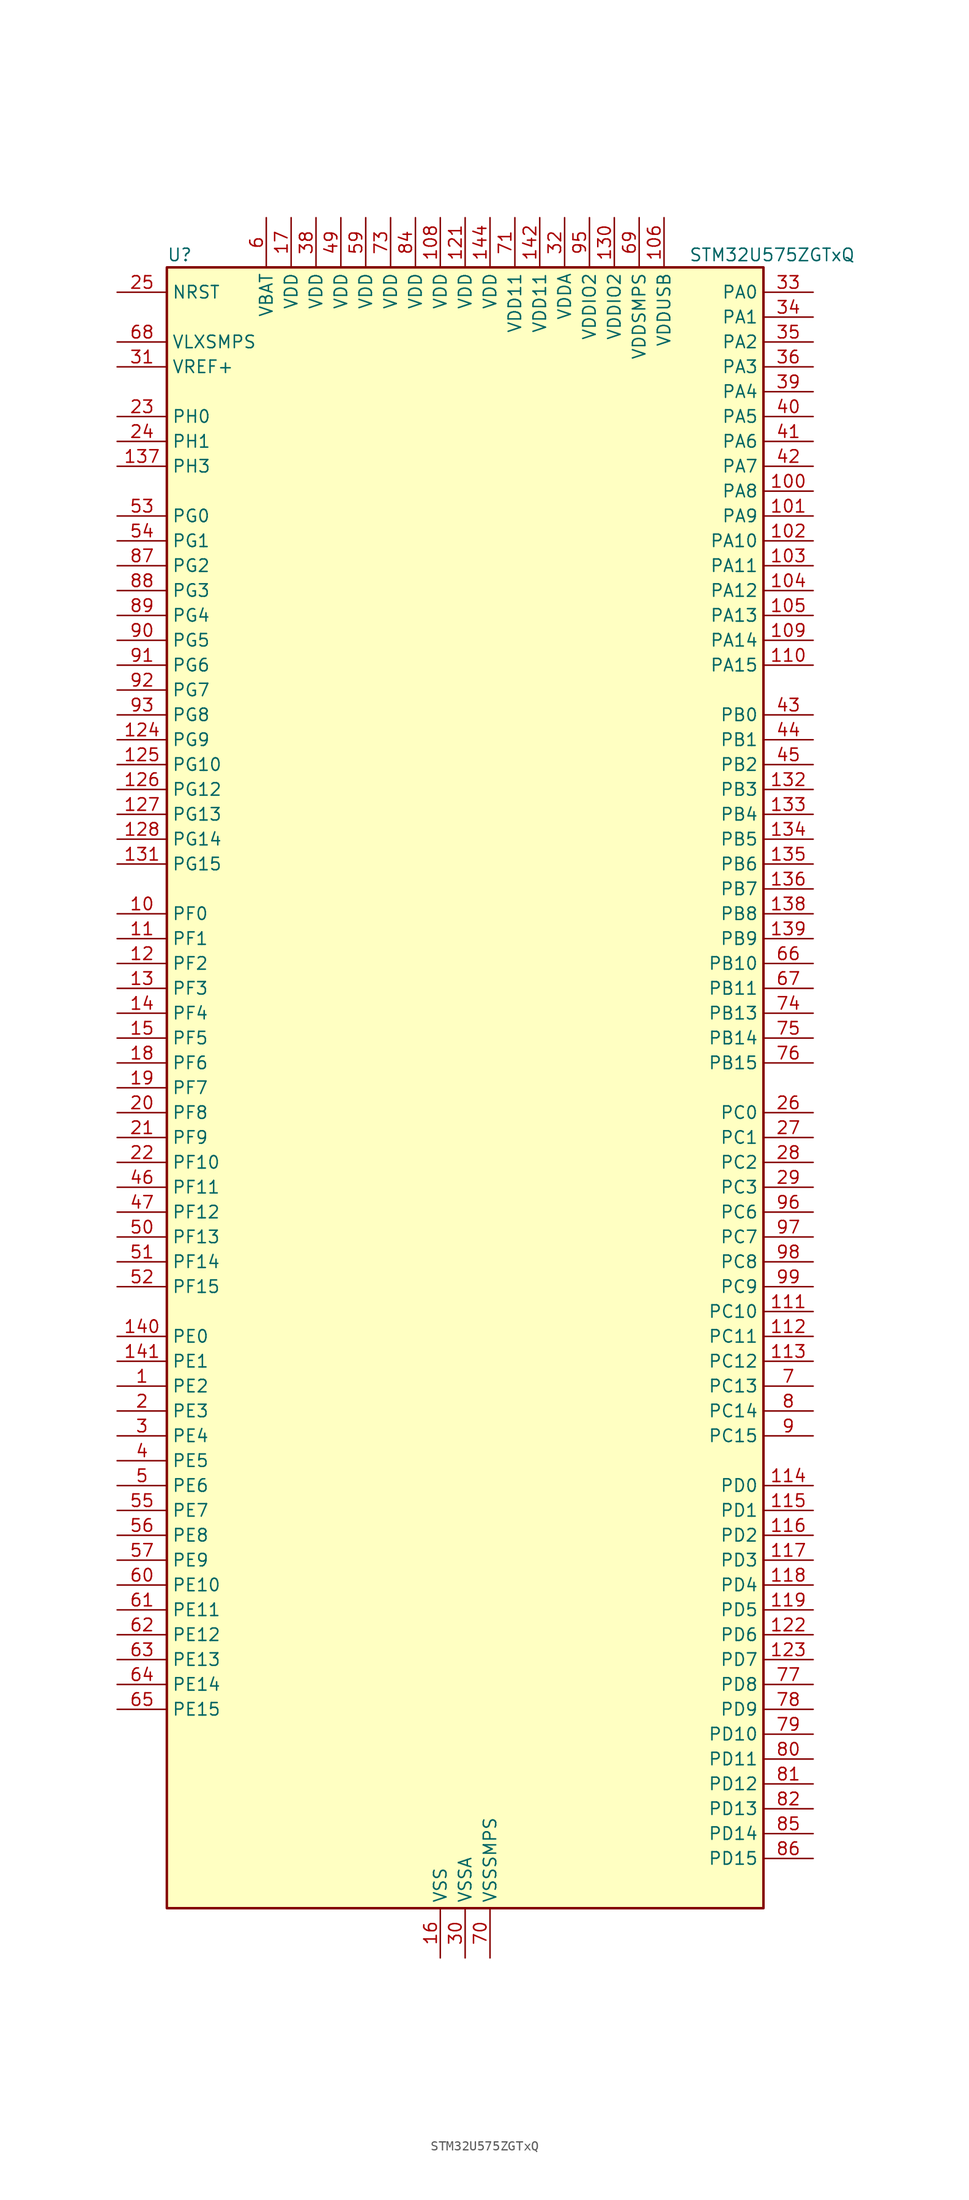
<source format=kicad_sym>
(kicad_symbol_lib
  (version 20211014)
  (generator kicad-library-utils)
  (symbol "STM32U575ZGTxQ"
    (property "Reference" "U"
      (at -30.48 85.09 0)
      (effects (font (size 1.27 1.27)) (justify left)))
    (property "Value" "STM32U575ZGTxQ"
      (at 22.86 85.09 0)
      (effects (font (size 1.27 1.27)) (justify left)))
    (property "ki_fp_filters" "LQFP*20x20mm*P0.5mm*"
      (at 0.0 0.0 0.0)
      (effects (font (size 1.27 1.27))))
    (symbol "STM32U575ZGTxQ_0_1"
      (rectangle (start -30.48 -83.82) (end 30.48 83.82) (stroke (width 0.254)) (fill (type background))))
    (symbol "STM32U575ZGTxQ_1_1"
      (pin input line (at -35.56 81.28 0) (length 5.08) (name "NRST" (effects (font (size 1.27 1.27)))) (number "25" (effects (font (size 1.27 1.27)))))
      (pin power_in line (at -35.56 76.2 0) (length 5.08) (name "VLXSMPS" (effects (font (size 1.27 1.27)))) (number "68" (effects (font (size 1.27 1.27)))))
      (pin input line (at -35.56 73.66 0) (length 5.08) (name "VREF+" (effects (font (size 1.27 1.27)))) (number "31" (effects (font (size 1.27 1.27)))) (alternate "VREFBUF_OUT" bidirectional line))
      (pin bidirectional line (at -35.56 68.58 0) (length 5.08) (name "PH0" (effects (font (size 1.27 1.27)))) (number "23" (effects (font (size 1.27 1.27)))) (alternate "RCC_OSC_IN" bidirectional line))
      (pin bidirectional line (at -35.56 66.04 0) (length 5.08) (name "PH1" (effects (font (size 1.27 1.27)))) (number "24" (effects (font (size 1.27 1.27)))) (alternate "RCC_OSC_OUT" bidirectional line))
      (pin bidirectional line (at -35.56 63.5 0) (length 5.08) (name "PH3" (effects (font (size 1.27 1.27)))) (number "137" (effects (font (size 1.27 1.27)))))
      (pin bidirectional line (at -35.56 58.42 0) (length 5.08) (name "PG0" (effects (font (size 1.27 1.27)))) (number "53" (effects (font (size 1.27 1.27)))) (alternate "ADC4_IN7" bidirectional line) (alternate "FMC_A10" bidirectional line) (alternate "OCTOSPIM_P2_IO4" bidirectional line) (alternate "TSC_G8_IO3" bidirectional line))
      (pin bidirectional line (at -35.56 55.88 0) (length 5.08) (name "PG1" (effects (font (size 1.27 1.27)))) (number "54" (effects (font (size 1.27 1.27)))) (alternate "ADC4_IN8" bidirectional line) (alternate "FMC_A11" bidirectional line) (alternate "OCTOSPIM_P2_IO5" bidirectional line) (alternate "TSC_G8_IO4" bidirectional line))
      (pin bidirectional line (at -35.56 53.34 0) (length 5.08) (name "PG2" (effects (font (size 1.27 1.27)))) (number "87" (effects (font (size 1.27 1.27)))) (alternate "FMC_A12" bidirectional line) (alternate "SAI2_SCK_B" bidirectional line) (alternate "SPI1_SCK" bidirectional line))
      (pin bidirectional line (at -35.56 50.8 0) (length 5.08) (name "PG3" (effects (font (size 1.27 1.27)))) (number "88" (effects (font (size 1.27 1.27)))) (alternate "FMC_A13" bidirectional line) (alternate "SAI2_FS_B" bidirectional line) (alternate "SPI1_MISO" bidirectional line))
      (pin bidirectional line (at -35.56 48.26 0) (length 5.08) (name "PG4" (effects (font (size 1.27 1.27)))) (number "89" (effects (font (size 1.27 1.27)))) (alternate "FMC_A14" bidirectional line) (alternate "SAI2_MCLK_B" bidirectional line) (alternate "SPI1_MOSI" bidirectional line))
      (pin bidirectional line (at -35.56 45.72 0) (length 5.08) (name "PG5" (effects (font (size 1.27 1.27)))) (number "90" (effects (font (size 1.27 1.27)))) (alternate "FMC_A15" bidirectional line) (alternate "LPUART1_CTS" bidirectional line) (alternate "SAI2_SD_B" bidirectional line) (alternate "SPI1_NSS" bidirectional line))
      (pin bidirectional line (at -35.56 43.18 0) (length 5.08) (name "PG6" (effects (font (size 1.27 1.27)))) (number "91" (effects (font (size 1.27 1.27)))) (alternate "I2C3_SMBA" bidirectional line) (alternate "LPUART1_DE" bidirectional line) (alternate "LPUART1_RTS" bidirectional line) (alternate "OCTOSPIM_P1_DQS" bidirectional line) (alternate "SPI1_RDY" bidirectional line) (alternate "UCPD1_FRSTX1" bidirectional line))
      (pin bidirectional line (at -35.56 40.64 0) (length 5.08) (name "PG7" (effects (font (size 1.27 1.27)))) (number "92" (effects (font (size 1.27 1.27)))) (alternate "FMC_INT" bidirectional line) (alternate "I2C3_SCL" bidirectional line) (alternate "LPUART1_TX" bidirectional line) (alternate "MDF1_CCK0" bidirectional line) (alternate "OCTOSPIM_P2_DQS" bidirectional line) (alternate "SAI1_CK1" bidirectional line) (alternate "SAI1_MCLK_A" bidirectional line) (alternate "UCPD1_FRSTX2" bidirectional line))
      (pin bidirectional line (at -35.56 38.1 0) (length 5.08) (name "PG8" (effects (font (size 1.27 1.27)))) (number "93" (effects (font (size 1.27 1.27)))) (alternate "I2C3_SDA" bidirectional line) (alternate "LPUART1_RX" bidirectional line))
      (pin bidirectional line (at -35.56 35.56 0) (length 5.08) (name "PG9" (effects (font (size 1.27 1.27)))) (number "124" (effects (font (size 1.27 1.27)))) (alternate "DAC1_EXTI9" bidirectional line) (alternate "FMC_NCE" bidirectional line) (alternate "FMC_NE2" bidirectional line) (alternate "OCTOSPIM_P2_IO6" bidirectional line) (alternate "SAI2_SCK_A" bidirectional line) (alternate "SPI3_SCK" bidirectional line) (alternate "TIM15_CH1N" bidirectional line) (alternate "USART1_TX" bidirectional line))
      (pin bidirectional line (at -35.56 33.02 0) (length 5.08) (name "PG10" (effects (font (size 1.27 1.27)))) (number "125" (effects (font (size 1.27 1.27)))) (alternate "FMC_NE3" bidirectional line) (alternate "LPTIM1_IN1" bidirectional line) (alternate "OCTOSPIM_P2_IO7" bidirectional line) (alternate "SAI2_FS_A" bidirectional line) (alternate "SPI3_MISO" bidirectional line) (alternate "TIM15_CH1" bidirectional line) (alternate "USART1_RX" bidirectional line))
      (pin bidirectional line (at -35.56 30.48 0) (length 5.08) (name "PG12" (effects (font (size 1.27 1.27)))) (number "126" (effects (font (size 1.27 1.27)))) (alternate "FMC_NE4" bidirectional line) (alternate "LPTIM1_ETR" bidirectional line) (alternate "OCTOSPIM_P2_NCS" bidirectional line) (alternate "SAI2_SD_A" bidirectional line) (alternate "SPI3_NSS" bidirectional line) (alternate "USART1_DE" bidirectional line) (alternate "USART1_RTS" bidirectional line))
      (pin bidirectional line (at -35.56 27.94 0) (length 5.08) (name "PG13" (effects (font (size 1.27 1.27)))) (number "127" (effects (font (size 1.27 1.27)))) (alternate "FMC_A24" bidirectional line) (alternate "I2C1_SDA" bidirectional line) (alternate "SPI3_RDY" bidirectional line) (alternate "USART1_CK" bidirectional line))
      (pin bidirectional line (at -35.56 25.4 0) (length 5.08) (name "PG14" (effects (font (size 1.27 1.27)))) (number "128" (effects (font (size 1.27 1.27)))) (alternate "FMC_A25" bidirectional line) (alternate "I2C1_SCL" bidirectional line) (alternate "LPTIM1_CH2" bidirectional line))
      (pin bidirectional line (at -35.56 22.86 0) (length 5.08) (name "PG15" (effects (font (size 1.27 1.27)))) (number "131" (effects (font (size 1.27 1.27)))) (alternate "ADC1_EXTI15" bidirectional line) (alternate "ADC4_EXTI15" bidirectional line) (alternate "DCMI_D13" bidirectional line) (alternate "I2C1_SMBA" bidirectional line) (alternate "LPTIM1_CH1" bidirectional line) (alternate "OCTOSPIM_P2_DQS" bidirectional line) (alternate "PSSI_D13" bidirectional line))
      (pin bidirectional line (at -35.56 17.78 0) (length 5.08) (name "PF0" (effects (font (size 1.27 1.27)))) (number "10" (effects (font (size 1.27 1.27)))) (alternate "FMC_A0" bidirectional line) (alternate "I2C2_SDA" bidirectional line) (alternate "OCTOSPIM_P2_IO0" bidirectional line))
      (pin bidirectional line (at -35.56 15.24 0) (length 5.08) (name "PF1" (effects (font (size 1.27 1.27)))) (number "11" (effects (font (size 1.27 1.27)))) (alternate "FMC_A1" bidirectional line) (alternate "I2C2_SCL" bidirectional line) (alternate "OCTOSPIM_P2_IO1" bidirectional line))
      (pin bidirectional line (at -35.56 12.7 0) (length 5.08) (name "PF2" (effects (font (size 1.27 1.27)))) (number "12" (effects (font (size 1.27 1.27)))) (alternate "FMC_A2" bidirectional line) (alternate "I2C2_SMBA" bidirectional line) (alternate "LPTIM3_CH2" bidirectional line) (alternate "OCTOSPIM_P2_IO2" bidirectional line) (alternate "PWR_WKUP8" bidirectional line))
      (pin bidirectional line (at -35.56 10.16 0) (length 5.08) (name "PF3" (effects (font (size 1.27 1.27)))) (number "13" (effects (font (size 1.27 1.27)))) (alternate "FMC_A3" bidirectional line) (alternate "LPTIM3_IN1" bidirectional line) (alternate "OCTOSPIM_P2_IO3" bidirectional line))
      (pin bidirectional line (at -35.56 7.62 0) (length 5.08) (name "PF4" (effects (font (size 1.27 1.27)))) (number "14" (effects (font (size 1.27 1.27)))) (alternate "FMC_A4" bidirectional line) (alternate "LPTIM3_ETR" bidirectional line) (alternate "OCTOSPIM_P2_CLK" bidirectional line))
      (pin bidirectional line (at -35.56 5.08 0) (length 5.08) (name "PF5" (effects (font (size 1.27 1.27)))) (number "15" (effects (font (size 1.27 1.27)))) (alternate "FMC_A5" bidirectional line) (alternate "LPTIM3_CH1" bidirectional line) (alternate "OCTOSPIM_P2_NCLK" bidirectional line))
      (pin bidirectional line (at -35.56 2.54 0) (length 5.08) (name "PF6" (effects (font (size 1.27 1.27)))) (number "18" (effects (font (size 1.27 1.27)))) (alternate "DCMI_D12" bidirectional line) (alternate "OCTOSPIM_P1_IO3" bidirectional line) (alternate "OCTOSPIM_P2_NCS" bidirectional line) (alternate "PSSI_D12" bidirectional line) (alternate "SAI1_SD_B" bidirectional line) (alternate "TIM5_CH1" bidirectional line) (alternate "TIM5_ETR" bidirectional line))
      (pin bidirectional line (at -35.56 0.0 0) (length 5.08) (name "PF7" (effects (font (size 1.27 1.27)))) (number "19" (effects (font (size 1.27 1.27)))) (alternate "FDCAN1_RX" bidirectional line) (alternate "OCTOSPIM_P1_IO2" bidirectional line) (alternate "SAI1_MCLK_B" bidirectional line) (alternate "TIM5_CH2" bidirectional line))
      (pin bidirectional line (at -35.56 -2.54 0) (length 5.08) (name "PF8" (effects (font (size 1.27 1.27)))) (number "20" (effects (font (size 1.27 1.27)))) (alternate "FDCAN1_TX" bidirectional line) (alternate "OCTOSPIM_P1_IO0" bidirectional line) (alternate "PSSI_D14" bidirectional line) (alternate "SAI1_SCK_B" bidirectional line) (alternate "TIM5_CH3" bidirectional line))
      (pin bidirectional line (at -35.56 -5.08 0) (length 5.08) (name "PF9" (effects (font (size 1.27 1.27)))) (number "21" (effects (font (size 1.27 1.27)))) (alternate "DAC1_EXTI9" bidirectional line) (alternate "OCTOSPIM_P1_IO1" bidirectional line) (alternate "PSSI_D15" bidirectional line) (alternate "SAI1_FS_B" bidirectional line) (alternate "TIM15_CH1" bidirectional line) (alternate "TIM5_CH4" bidirectional line))
      (pin bidirectional line (at -35.56 -7.62 0) (length 5.08) (name "PF10" (effects (font (size 1.27 1.27)))) (number "22" (effects (font (size 1.27 1.27)))) (alternate "DCMI_D11" bidirectional line) (alternate "MDF1_CCK1" bidirectional line) (alternate "OCTOSPIM_P1_CLK" bidirectional line) (alternate "PSSI_D11" bidirectional line) (alternate "PSSI_D15" bidirectional line) (alternate "SAI1_D3" bidirectional line) (alternate "TIM15_CH2" bidirectional line))
      (pin bidirectional line (at -35.56 -10.16 0) (length 5.08) (name "PF11" (effects (font (size 1.27 1.27)))) (number "46" (effects (font (size 1.27 1.27)))) (alternate "ADC1_EXTI11" bidirectional line) (alternate "DCMI_D12" bidirectional line) (alternate "LPTIM4_IN1" bidirectional line) (alternate "OCTOSPIM_P1_NCLK" bidirectional line) (alternate "PSSI_D12" bidirectional line))
      (pin bidirectional line (at -35.56 -12.7 0) (length 5.08) (name "PF12" (effects (font (size 1.27 1.27)))) (number "47" (effects (font (size 1.27 1.27)))) (alternate "FMC_A6" bidirectional line) (alternate "LPTIM4_ETR" bidirectional line) (alternate "OCTOSPIM_P2_DQS" bidirectional line))
      (pin bidirectional line (at -35.56 -15.24 0) (length 5.08) (name "PF13" (effects (font (size 1.27 1.27)))) (number "50" (effects (font (size 1.27 1.27)))) (alternate "FMC_A7" bidirectional line) (alternate "I2C4_SMBA" bidirectional line) (alternate "LPTIM4_OUT" bidirectional line) (alternate "UCPD1_FRSTX2" bidirectional line))
      (pin bidirectional line (at -35.56 -17.78 0) (length 5.08) (name "PF14" (effects (font (size 1.27 1.27)))) (number "51" (effects (font (size 1.27 1.27)))) (alternate "ADC4_IN5" bidirectional line) (alternate "FMC_A8" bidirectional line) (alternate "I2C4_SCL" bidirectional line) (alternate "TSC_G8_IO1" bidirectional line))
      (pin bidirectional line (at -35.56 -20.32 0) (length 5.08) (name "PF15" (effects (font (size 1.27 1.27)))) (number "52" (effects (font (size 1.27 1.27)))) (alternate "ADC1_EXTI15" bidirectional line) (alternate "ADC4_EXTI15" bidirectional line) (alternate "ADC4_IN6" bidirectional line) (alternate "FMC_A9" bidirectional line) (alternate "I2C4_SDA" bidirectional line) (alternate "TSC_G8_IO2" bidirectional line))
      (pin bidirectional line (at -35.56 -25.4 0) (length 5.08) (name "PE0" (effects (font (size 1.27 1.27)))) (number "140" (effects (font (size 1.27 1.27)))) (alternate "DCMI_D2" bidirectional line) (alternate "FMC_NBL0" bidirectional line) (alternate "PSSI_D2" bidirectional line) (alternate "TIM16_CH1" bidirectional line) (alternate "TIM4_ETR" bidirectional line))
      (pin bidirectional line (at -35.56 -27.94 0) (length 5.08) (name "PE1" (effects (font (size 1.27 1.27)))) (number "141" (effects (font (size 1.27 1.27)))) (alternate "DCMI_D3" bidirectional line) (alternate "FMC_NBL1" bidirectional line) (alternate "PSSI_D3" bidirectional line) (alternate "TIM17_CH1" bidirectional line))
      (pin bidirectional line (at -35.56 -30.48 0) (length 5.08) (name "PE2" (effects (font (size 1.27 1.27)))) (number "1" (effects (font (size 1.27 1.27)))) (alternate "DEBUG_TRACECLK" bidirectional line) (alternate "FMC_A23" bidirectional line) (alternate "SAI1_CK1" bidirectional line) (alternate "SAI1_MCLK_A" bidirectional line) (alternate "TIM3_ETR" bidirectional line) (alternate "TSC_G7_IO1" bidirectional line))
      (pin bidirectional line (at -35.56 -33.02 0) (length 5.08) (name "PE3" (effects (font (size 1.27 1.27)))) (number "2" (effects (font (size 1.27 1.27)))) (alternate "DEBUG_TRACED0" bidirectional line) (alternate "FMC_A19" bidirectional line) (alternate "OCTOSPIM_P1_DQS" bidirectional line) (alternate "SAI1_SD_B" bidirectional line) (alternate "TAMP_IN6" bidirectional line) (alternate "TAMP_OUT3" bidirectional line) (alternate "TIM3_CH1" bidirectional line) (alternate "TSC_G7_IO2" bidirectional line))
      (pin bidirectional line (at -35.56 -35.56 0) (length 5.08) (name "PE4" (effects (font (size 1.27 1.27)))) (number "3" (effects (font (size 1.27 1.27)))) (alternate "DCMI_D4" bidirectional line) (alternate "DEBUG_TRACED1" bidirectional line) (alternate "FMC_A20" bidirectional line) (alternate "MDF1_SDI3" bidirectional line) (alternate "PSSI_D4" bidirectional line) (alternate "PWR_WKUP1" bidirectional line) (alternate "SAI1_D2" bidirectional line) (alternate "SAI1_FS_A" bidirectional line) (alternate "TAMP_IN7" bidirectional line) (alternate "TAMP_OUT8" bidirectional line) (alternate "TIM3_CH2" bidirectional line) (alternate "TSC_G7_IO3" bidirectional line))
      (pin bidirectional line (at -35.56 -38.1 0) (length 5.08) (name "PE5" (effects (font (size 1.27 1.27)))) (number "4" (effects (font (size 1.27 1.27)))) (alternate "DCMI_D6" bidirectional line) (alternate "DEBUG_TRACED2" bidirectional line) (alternate "FMC_A21" bidirectional line) (alternate "MDF1_CKI3" bidirectional line) (alternate "PSSI_D6" bidirectional line) (alternate "PWR_WKUP2" bidirectional line) (alternate "SAI1_CK2" bidirectional line) (alternate "SAI1_SCK_A" bidirectional line) (alternate "TAMP_IN8" bidirectional line) (alternate "TAMP_OUT7" bidirectional line) (alternate "TIM3_CH3" bidirectional line) (alternate "TSC_G7_IO4" bidirectional line))
      (pin bidirectional line (at -35.56 -40.64 0) (length 5.08) (name "PE6" (effects (font (size 1.27 1.27)))) (number "5" (effects (font (size 1.27 1.27)))) (alternate "DCMI_D7" bidirectional line) (alternate "DEBUG_TRACED3" bidirectional line) (alternate "FMC_A22" bidirectional line) (alternate "PSSI_D7" bidirectional line) (alternate "PWR_WKUP3" bidirectional line) (alternate "SAI1_D1" bidirectional line) (alternate "SAI1_SD_A" bidirectional line) (alternate "TAMP_IN3" bidirectional line) (alternate "TAMP_OUT6" bidirectional line) (alternate "TIM3_CH4" bidirectional line))
      (pin bidirectional line (at -35.56 -43.18 0) (length 5.08) (name "PE7" (effects (font (size 1.27 1.27)))) (number "55" (effects (font (size 1.27 1.27)))) (alternate "FMC_D4" bidirectional line) (alternate "FMC_DA4" bidirectional line) (alternate "MDF1_SDI2" bidirectional line) (alternate "PWR_WKUP6" bidirectional line) (alternate "SAI1_SD_B" bidirectional line) (alternate "TIM1_ETR" bidirectional line))
      (pin bidirectional line (at -35.56 -45.72 0) (length 5.08) (name "PE8" (effects (font (size 1.27 1.27)))) (number "56" (effects (font (size 1.27 1.27)))) (alternate "FMC_D5" bidirectional line) (alternate "FMC_DA5" bidirectional line) (alternate "MDF1_CKI2" bidirectional line) (alternate "PWR_WKUP7" bidirectional line) (alternate "SAI1_SCK_B" bidirectional line) (alternate "TIM1_CH1N" bidirectional line))
      (pin bidirectional line (at -35.56 -48.26 0) (length 5.08) (name "PE9" (effects (font (size 1.27 1.27)))) (number "57" (effects (font (size 1.27 1.27)))) (alternate "ADF1_CCK0" bidirectional line) (alternate "DAC1_EXTI9" bidirectional line) (alternate "FMC_D6" bidirectional line) (alternate "FMC_DA6" bidirectional line) (alternate "MDF1_CCK0" bidirectional line) (alternate "OCTOSPIM_P1_NCLK" bidirectional line) (alternate "SAI1_FS_B" bidirectional line) (alternate "TIM1_CH1" bidirectional line))
      (pin bidirectional line (at -35.56 -50.8 0) (length 5.08) (name "PE10" (effects (font (size 1.27 1.27)))) (number "60" (effects (font (size 1.27 1.27)))) (alternate "ADF1_SDI0" bidirectional line) (alternate "FMC_D7" bidirectional line) (alternate "FMC_DA7" bidirectional line) (alternate "MDF1_SDI4" bidirectional line) (alternate "OCTOSPIM_P1_CLK" bidirectional line) (alternate "SAI1_MCLK_B" bidirectional line) (alternate "TIM1_CH2N" bidirectional line) (alternate "TSC_G5_IO1" bidirectional line))
      (pin bidirectional line (at -35.56 -53.34 0) (length 5.08) (name "PE11" (effects (font (size 1.27 1.27)))) (number "61" (effects (font (size 1.27 1.27)))) (alternate "ADC1_EXTI11" bidirectional line) (alternate "FMC_D8" bidirectional line) (alternate "FMC_DA8" bidirectional line) (alternate "MDF1_CKI4" bidirectional line) (alternate "OCTOSPIM_P1_NCS" bidirectional line) (alternate "SPI1_RDY" bidirectional line) (alternate "TIM1_CH2" bidirectional line) (alternate "TSC_G5_IO2" bidirectional line))
      (pin bidirectional line (at -35.56 -55.88 0) (length 5.08) (name "PE12" (effects (font (size 1.27 1.27)))) (number "62" (effects (font (size 1.27 1.27)))) (alternate "FMC_D9" bidirectional line) (alternate "FMC_DA9" bidirectional line) (alternate "MDF1_SDI5" bidirectional line) (alternate "OCTOSPIM_P1_IO0" bidirectional line) (alternate "SPI1_NSS" bidirectional line) (alternate "TIM1_CH3N" bidirectional line) (alternate "TSC_G5_IO3" bidirectional line))
      (pin bidirectional line (at -35.56 -58.42 0) (length 5.08) (name "PE13" (effects (font (size 1.27 1.27)))) (number "63" (effects (font (size 1.27 1.27)))) (alternate "FMC_D10" bidirectional line) (alternate "FMC_DA10" bidirectional line) (alternate "MDF1_CKI5" bidirectional line) (alternate "OCTOSPIM_P1_IO1" bidirectional line) (alternate "SPI1_SCK" bidirectional line) (alternate "TIM1_CH3" bidirectional line) (alternate "TSC_G5_IO4" bidirectional line))
      (pin bidirectional line (at -35.56 -60.96 0) (length 5.08) (name "PE14" (effects (font (size 1.27 1.27)))) (number "64" (effects (font (size 1.27 1.27)))) (alternate "FMC_D11" bidirectional line) (alternate "FMC_DA11" bidirectional line) (alternate "OCTOSPIM_P1_IO2" bidirectional line) (alternate "SPI1_MISO" bidirectional line) (alternate "TIM1_BKIN2" bidirectional line) (alternate "TIM1_CH4" bidirectional line))
      (pin bidirectional line (at -35.56 -63.5 0) (length 5.08) (name "PE15" (effects (font (size 1.27 1.27)))) (number "65" (effects (font (size 1.27 1.27)))) (alternate "ADC1_EXTI15" bidirectional line) (alternate "ADC4_EXTI15" bidirectional line) (alternate "FMC_D12" bidirectional line) (alternate "FMC_DA12" bidirectional line) (alternate "OCTOSPIM_P1_IO3" bidirectional line) (alternate "SPI1_MOSI" bidirectional line) (alternate "TIM1_BKIN" bidirectional line) (alternate "TIM1_CH4N" bidirectional line))
      (pin bidirectional line (at 35.56 81.28 180) (length 5.08) (name "PA0" (effects (font (size 1.27 1.27)))) (number "33" (effects (font (size 1.27 1.27)))) (alternate "ADC1_IN5" bidirectional line) (alternate "AUDIOCLK" bidirectional line) (alternate "OCTOSPIM_P2_NCS" bidirectional line) (alternate "OPAMP1_VINP" bidirectional line) (alternate "PWR_WKUP1" bidirectional line) (alternate "SDMMC2_CMD" bidirectional line) (alternate "SPI3_RDY" bidirectional line) (alternate "TAMP_IN2" bidirectional line) (alternate "TAMP_OUT1" bidirectional line) (alternate "TIM2_CH1" bidirectional line) (alternate "TIM2_ETR" bidirectional line) (alternate "TIM5_CH1" bidirectional line) (alternate "TIM8_ETR" bidirectional line) (alternate "UART4_TX" bidirectional line) (alternate "USART2_CTS" bidirectional line))
      (pin bidirectional line (at 35.56 78.74 180) (length 5.08) (name "PA1" (effects (font (size 1.27 1.27)))) (number "34" (effects (font (size 1.27 1.27)))) (alternate "ADC1_IN6" bidirectional line) (alternate "I2C1_SMBA" bidirectional line) (alternate "LPTIM1_CH2" bidirectional line) (alternate "OCTOSPIM_P1_DQS" bidirectional line) (alternate "OPAMP1_VINM" bidirectional line) (alternate "PWR_WKUP3" bidirectional line) (alternate "SPI1_SCK" bidirectional line) (alternate "TAMP_IN5" bidirectional line) (alternate "TAMP_OUT4" bidirectional line) (alternate "TIM15_CH1N" bidirectional line) (alternate "TIM2_CH2" bidirectional line) (alternate "TIM5_CH2" bidirectional line) (alternate "UART4_RX" bidirectional line) (alternate "USART2_DE" bidirectional line) (alternate "USART2_RTS" bidirectional line))
      (pin bidirectional line (at 35.56 76.2 180) (length 5.08) (name "PA2" (effects (font (size 1.27 1.27)))) (number "35" (effects (font (size 1.27 1.27)))) (alternate "ADC1_IN7" bidirectional line) (alternate "COMP1_INP" bidirectional line) (alternate "LPUART1_TX" bidirectional line) (alternate "OCTOSPIM_P1_NCS" bidirectional line) (alternate "PWR_WKUP4" bidirectional line) (alternate "RCC_LSCO" bidirectional line) (alternate "SPI1_RDY" bidirectional line) (alternate "TIM15_CH1" bidirectional line) (alternate "TIM2_CH3" bidirectional line) (alternate "TIM5_CH3" bidirectional line) (alternate "UCPD1_FRSTX1" bidirectional line) (alternate "USART2_TX" bidirectional line))
      (pin bidirectional line (at 35.56 73.66 180) (length 5.08) (name "PA3" (effects (font (size 1.27 1.27)))) (number "36" (effects (font (size 1.27 1.27)))) (alternate "ADC1_IN8" bidirectional line) (alternate "LPUART1_RX" bidirectional line) (alternate "OCTOSPIM_P1_CLK" bidirectional line) (alternate "OPAMP1_VOUT" bidirectional line) (alternate "PWR_WKUP5" bidirectional line) (alternate "SAI1_CK1" bidirectional line) (alternate "SAI1_MCLK_A" bidirectional line) (alternate "TIM15_CH2" bidirectional line) (alternate "TIM2_CH4" bidirectional line) (alternate "TIM5_CH4" bidirectional line) (alternate "USART2_RX" bidirectional line))
      (pin bidirectional line (at 35.56 71.12 180) (length 5.08) (name "PA4" (effects (font (size 1.27 1.27)))) (number "39" (effects (font (size 1.27 1.27)))) (alternate "ADC1_IN9" bidirectional line) (alternate "ADC4_IN9" bidirectional line) (alternate "DAC1_OUT1" bidirectional line) (alternate "DCMI_HSYNC" bidirectional line) (alternate "LPTIM2_CH1" bidirectional line) (alternate "OCTOSPIM_P1_NCS" bidirectional line) (alternate "PSSI_DE" bidirectional line) (alternate "PWR_WKUP2" bidirectional line) (alternate "SAI1_FS_B" bidirectional line) (alternate "SPI1_NSS" bidirectional line) (alternate "SPI3_NSS" bidirectional line) (alternate "USART2_CK" bidirectional line))
      (pin bidirectional line (at 35.56 68.58 180) (length 5.08) (name "PA5" (effects (font (size 1.27 1.27)))) (number "40" (effects (font (size 1.27 1.27)))) (alternate "ADC1_IN10" bidirectional line) (alternate "ADC4_IN10" bidirectional line) (alternate "DAC1_OUT2" bidirectional line) (alternate "LPTIM2_ETR" bidirectional line) (alternate "PSSI_D14" bidirectional line) (alternate "PWR_CSLEEP" bidirectional line) (alternate "PWR_WKUP6" bidirectional line) (alternate "SPI1_SCK" bidirectional line) (alternate "TIM2_CH1" bidirectional line) (alternate "TIM2_ETR" bidirectional line) (alternate "TIM8_CH1N" bidirectional line) (alternate "USART3_RX" bidirectional line))
      (pin bidirectional line (at 35.56 66.04 180) (length 5.08) (name "PA6" (effects (font (size 1.27 1.27)))) (number "41" (effects (font (size 1.27 1.27)))) (alternate "ADC1_IN11" bidirectional line) (alternate "ADC4_IN11" bidirectional line) (alternate "DCMI_PIXCLK" bidirectional line) (alternate "LPUART1_CTS" bidirectional line) (alternate "OCTOSPIM_P1_IO3" bidirectional line) (alternate "OPAMP2_VINP" bidirectional line) (alternate "PSSI_PDCK" bidirectional line) (alternate "PWR_CDSTOP" bidirectional line) (alternate "PWR_WKUP7" bidirectional line) (alternate "SPI1_MISO" bidirectional line) (alternate "TIM16_CH1" bidirectional line) (alternate "TIM1_BKIN" bidirectional line) (alternate "TIM3_CH1" bidirectional line) (alternate "TIM8_BKIN" bidirectional line) (alternate "USART3_CTS" bidirectional line))
      (pin bidirectional line (at 35.56 63.5 180) (length 5.08) (name "PA7" (effects (font (size 1.27 1.27)))) (number "42" (effects (font (size 1.27 1.27)))) (alternate "ADC1_IN12" bidirectional line) (alternate "ADC4_IN20" bidirectional line) (alternate "I2C3_SCL" bidirectional line) (alternate "LPTIM2_CH2" bidirectional line) (alternate "OCTOSPIM_P1_IO2" bidirectional line) (alternate "OPAMP2_VINM" bidirectional line) (alternate "PWR_SRDSTOP" bidirectional line) (alternate "PWR_WKUP8" bidirectional line) (alternate "SPI1_MOSI" bidirectional line) (alternate "TIM17_CH1" bidirectional line) (alternate "TIM1_CH1N" bidirectional line) (alternate "TIM3_CH2" bidirectional line) (alternate "TIM8_CH1N" bidirectional line) (alternate "USART3_TX" bidirectional line))
      (pin bidirectional line (at 35.56 60.96 180) (length 5.08) (name "PA8" (effects (font (size 1.27 1.27)))) (number "100" (effects (font (size 1.27 1.27)))) (alternate "DEBUG_TRACECLK" bidirectional line) (alternate "LPTIM2_CH1" bidirectional line) (alternate "RCC_MCO" bidirectional line) (alternate "SAI1_CK2" bidirectional line) (alternate "SAI1_SCK_A" bidirectional line) (alternate "SPI1_RDY" bidirectional line) (alternate "TIM1_CH1" bidirectional line) (alternate "USART1_CK" bidirectional line) (alternate "USB_OTG_FS_SOF" bidirectional line))
      (pin bidirectional line (at 35.56 58.42 180) (length 5.08) (name "PA9" (effects (font (size 1.27 1.27)))) (number "101" (effects (font (size 1.27 1.27)))) (alternate "DAC1_EXTI9" bidirectional line) (alternate "DCMI_D0" bidirectional line) (alternate "PSSI_D0" bidirectional line) (alternate "SAI1_FS_A" bidirectional line) (alternate "SPI2_SCK" bidirectional line) (alternate "TIM15_BKIN" bidirectional line) (alternate "TIM1_CH2" bidirectional line) (alternate "USART1_TX" bidirectional line) (alternate "USB_OTG_FS_VBUS" bidirectional line))
      (pin bidirectional line (at 35.56 55.88 180) (length 5.08) (name "PA10" (effects (font (size 1.27 1.27)))) (number "102" (effects (font (size 1.27 1.27)))) (alternate "CRS_SYNC" bidirectional line) (alternate "DCMI_D1" bidirectional line) (alternate "LPTIM2_IN2" bidirectional line) (alternate "PSSI_D1" bidirectional line) (alternate "SAI1_D1" bidirectional line) (alternate "SAI1_SD_A" bidirectional line) (alternate "TIM17_BKIN" bidirectional line) (alternate "TIM1_CH3" bidirectional line) (alternate "USART1_RX" bidirectional line) (alternate "USB_OTG_FS_ID" bidirectional line))
      (pin bidirectional line (at 35.56 53.34 180) (length 5.08) (name "PA11" (effects (font (size 1.27 1.27)))) (number "103" (effects (font (size 1.27 1.27)))) (alternate "ADC1_EXTI11" bidirectional line) (alternate "FDCAN1_RX" bidirectional line) (alternate "SPI1_MISO" bidirectional line) (alternate "TIM1_BKIN2" bidirectional line) (alternate "TIM1_CH4" bidirectional line) (alternate "USART1_CTS" bidirectional line) (alternate "USB_OTG_FS_DM" bidirectional line))
      (pin bidirectional line (at 35.56 50.8 180) (length 5.08) (name "PA12" (effects (font (size 1.27 1.27)))) (number "104" (effects (font (size 1.27 1.27)))) (alternate "FDCAN1_TX" bidirectional line) (alternate "OCTOSPIM_P2_NCS" bidirectional line) (alternate "SPI1_MOSI" bidirectional line) (alternate "TIM1_ETR" bidirectional line) (alternate "USART1_DE" bidirectional line) (alternate "USART1_RTS" bidirectional line) (alternate "USB_OTG_FS_DP" bidirectional line))
      (pin bidirectional line (at 35.56 48.26 180) (length 5.08) (name "PA13" (effects (font (size 1.27 1.27)))) (number "105" (effects (font (size 1.27 1.27)))) (alternate "DEBUG_JTMS-SWDIO" bidirectional line) (alternate "IR_OUT" bidirectional line) (alternate "SAI1_SD_B" bidirectional line) (alternate "USB_OTG_FS_NOE" bidirectional line))
      (pin bidirectional line (at 35.56 45.72 180) (length 5.08) (name "PA14" (effects (font (size 1.27 1.27)))) (number "109" (effects (font (size 1.27 1.27)))) (alternate "DEBUG_JTCK-SWCLK" bidirectional line) (alternate "I2C1_SMBA" bidirectional line) (alternate "I2C4_SMBA" bidirectional line) (alternate "LPTIM1_CH1" bidirectional line) (alternate "SAI1_FS_B" bidirectional line) (alternate "USB_OTG_FS_SOF" bidirectional line))
      (pin bidirectional line (at 35.56 43.18 180) (length 5.08) (name "PA15" (effects (font (size 1.27 1.27)))) (number "110" (effects (font (size 1.27 1.27)))) (alternate "ADC1_EXTI15" bidirectional line) (alternate "ADC4_EXTI15" bidirectional line) (alternate "DEBUG_JTDI" bidirectional line) (alternate "SAI2_FS_B" bidirectional line) (alternate "SPI1_NSS" bidirectional line) (alternate "SPI3_NSS" bidirectional line) (alternate "TIM2_CH1" bidirectional line) (alternate "TIM2_ETR" bidirectional line) (alternate "UART4_DE" bidirectional line) (alternate "UART4_RTS" bidirectional line) (alternate "UCPD1_CC1" bidirectional line) (alternate "USART2_RX" bidirectional line) (alternate "USART3_DE" bidirectional line) (alternate "USART3_RTS" bidirectional line))
      (pin bidirectional line (at 35.56 38.1 180) (length 5.08) (name "PB0" (effects (font (size 1.27 1.27)))) (number "43" (effects (font (size 1.27 1.27)))) (alternate "ADC1_IN15" bidirectional line) (alternate "ADC4_IN18" bidirectional line) (alternate "AUDIOCLK" bidirectional line) (alternate "COMP1_OUT" bidirectional line) (alternate "LPTIM3_CH1" bidirectional line) (alternate "OCTOSPIM_P1_IO1" bidirectional line) (alternate "OPAMP2_VOUT" bidirectional line) (alternate "SPI1_NSS" bidirectional line) (alternate "TIM1_CH2N" bidirectional line) (alternate "TIM3_CH3" bidirectional line) (alternate "TIM8_CH2N" bidirectional line) (alternate "USART3_CK" bidirectional line))
      (pin bidirectional line (at 35.56 35.56 180) (length 5.08) (name "PB1" (effects (font (size 1.27 1.27)))) (number "44" (effects (font (size 1.27 1.27)))) (alternate "ADC1_IN16" bidirectional line) (alternate "ADC4_IN19" bidirectional line) (alternate "COMP1_INM" bidirectional line) (alternate "LPTIM2_IN1" bidirectional line) (alternate "LPTIM3_CH2" bidirectional line) (alternate "LPUART1_DE" bidirectional line) (alternate "LPUART1_RTS" bidirectional line) (alternate "MDF1_SDI0" bidirectional line) (alternate "OCTOSPIM_P1_IO0" bidirectional line) (alternate "PWR_WKUP4" bidirectional line) (alternate "TIM1_CH3N" bidirectional line) (alternate "TIM3_CH4" bidirectional line) (alternate "TIM8_CH3N" bidirectional line) (alternate "USART3_DE" bidirectional line) (alternate "USART3_RTS" bidirectional line))
      (pin bidirectional line (at 35.56 33.02 180) (length 5.08) (name "PB2" (effects (font (size 1.27 1.27)))) (number "45" (effects (font (size 1.27 1.27)))) (alternate "ADC1_IN17" bidirectional line) (alternate "COMP1_INP" bidirectional line) (alternate "I2C3_SMBA" bidirectional line) (alternate "LPTIM1_CH1" bidirectional line) (alternate "MDF1_CKI0" bidirectional line) (alternate "OCTOSPIM_P1_DQS" bidirectional line) (alternate "PWR_WKUP1" bidirectional line) (alternate "RTC_OUT2" bidirectional line) (alternate "SPI1_RDY" bidirectional line) (alternate "TIM8_CH4N" bidirectional line) (alternate "UCPD1_FRSTX1" bidirectional line))
      (pin bidirectional line (at 35.56 30.48 180) (length 5.08) (name "PB3" (effects (font (size 1.27 1.27)))) (number "132" (effects (font (size 1.27 1.27)))) (alternate "ADF1_CCK0" bidirectional line) (alternate "COMP2_INM" bidirectional line) (alternate "CRS_SYNC" bidirectional line) (alternate "DEBUG_JTDO-SWO" bidirectional line) (alternate "I2C1_SDA" bidirectional line) (alternate "LPTIM1_CH1" bidirectional line) (alternate "SAI1_SCK_B" bidirectional line) (alternate "SDMMC2_D2" bidirectional line) (alternate "SPI1_SCK" bidirectional line) (alternate "SPI3_SCK" bidirectional line) (alternate "TIM2_CH2" bidirectional line) (alternate "USART1_DE" bidirectional line) (alternate "USART1_RTS" bidirectional line))
      (pin bidirectional line (at 35.56 27.94 180) (length 5.08) (name "PB4" (effects (font (size 1.27 1.27)))) (number "133" (effects (font (size 1.27 1.27)))) (alternate "ADF1_SDI0" bidirectional line) (alternate "COMP2_INP" bidirectional line) (alternate "DCMI_D12" bidirectional line) (alternate "DEBUG_JTRST" bidirectional line) (alternate "I2C3_SDA" bidirectional line) (alternate "LPTIM1_CH2" bidirectional line) (alternate "PSSI_D12" bidirectional line) (alternate "SAI1_MCLK_B" bidirectional line) (alternate "SDMMC2_D3" bidirectional line) (alternate "SPI1_MISO" bidirectional line) (alternate "SPI3_MISO" bidirectional line) (alternate "TIM17_BKIN" bidirectional line) (alternate "TIM3_CH1" bidirectional line) (alternate "TSC_G2_IO1" bidirectional line) (alternate "UART5_DE" bidirectional line) (alternate "UART5_RTS" bidirectional line) (alternate "USART1_CTS" bidirectional line))
      (pin bidirectional line (at 35.56 25.4 180) (length 5.08) (name "PB5" (effects (font (size 1.27 1.27)))) (number "134" (effects (font (size 1.27 1.27)))) (alternate "COMP2_OUT" bidirectional line) (alternate "DCMI_D10" bidirectional line) (alternate "I2C1_SMBA" bidirectional line) (alternate "LPTIM1_IN1" bidirectional line) (alternate "OCTOSPIM_P1_NCLK" bidirectional line) (alternate "PSSI_D10" bidirectional line) (alternate "PWR_WKUP6" bidirectional line) (alternate "SAI1_SD_B" bidirectional line) (alternate "SPI1_MOSI" bidirectional line) (alternate "SPI3_MOSI" bidirectional line) (alternate "TIM16_BKIN" bidirectional line) (alternate "TIM3_CH2" bidirectional line) (alternate "TSC_G2_IO2" bidirectional line) (alternate "UART5_CTS" bidirectional line) (alternate "UCPD1_DBCC1" bidirectional line) (alternate "USART1_CK" bidirectional line))
      (pin bidirectional line (at 35.56 22.86 180) (length 5.08) (name "PB6" (effects (font (size 1.27 1.27)))) (number "135" (effects (font (size 1.27 1.27)))) (alternate "COMP2_INP" bidirectional line) (alternate "DCMI_D5" bidirectional line) (alternate "I2C1_SCL" bidirectional line) (alternate "I2C4_SCL" bidirectional line) (alternate "LPTIM1_ETR" bidirectional line) (alternate "MDF1_SDI5" bidirectional line) (alternate "PSSI_D5" bidirectional line) (alternate "PWR_WKUP3" bidirectional line) (alternate "SAI1_FS_B" bidirectional line) (alternate "TIM16_CH1N" bidirectional line) (alternate "TIM4_CH1" bidirectional line) (alternate "TIM8_BKIN2" bidirectional line) (alternate "TSC_G2_IO3" bidirectional line) (alternate "USART1_TX" bidirectional line))
      (pin bidirectional line (at 35.56 20.32 180) (length 5.08) (name "PB7" (effects (font (size 1.27 1.27)))) (number "136" (effects (font (size 1.27 1.27)))) (alternate "COMP2_INM" bidirectional line) (alternate "DCMI_VSYNC" bidirectional line) (alternate "FMC_NL" bidirectional line) (alternate "I2C1_SDA" bidirectional line) (alternate "I2C4_SDA" bidirectional line) (alternate "LPTIM1_IN2" bidirectional line) (alternate "MDF1_CKI5" bidirectional line) (alternate "PSSI_RDY" bidirectional line) (alternate "PWR_PVD_IN" bidirectional line) (alternate "PWR_WKUP4" bidirectional line) (alternate "TIM17_CH1N" bidirectional line) (alternate "TIM4_CH2" bidirectional line) (alternate "TIM8_BKIN" bidirectional line) (alternate "TSC_G2_IO4" bidirectional line) (alternate "UART4_CTS" bidirectional line) (alternate "USART1_RX" bidirectional line))
      (pin bidirectional line (at 35.56 17.78 180) (length 5.08) (name "PB8" (effects (font (size 1.27 1.27)))) (number "138" (effects (font (size 1.27 1.27)))) (alternate "DCMI_D6" bidirectional line) (alternate "FDCAN1_RX" bidirectional line) (alternate "I2C1_SCL" bidirectional line) (alternate "MDF1_CCK0" bidirectional line) (alternate "PSSI_D6" bidirectional line) (alternate "PWR_WKUP5" bidirectional line) (alternate "SAI1_CK1" bidirectional line) (alternate "SAI1_MCLK_A" bidirectional line) (alternate "SDMMC1_CKIN" bidirectional line) (alternate "SDMMC1_D4" bidirectional line) (alternate "SDMMC2_D4" bidirectional line) (alternate "SPI3_RDY" bidirectional line) (alternate "TIM16_CH1" bidirectional line) (alternate "TIM4_CH3" bidirectional line))
      (pin bidirectional line (at 35.56 15.24 180) (length 5.08) (name "PB9" (effects (font (size 1.27 1.27)))) (number "139" (effects (font (size 1.27 1.27)))) (alternate "DAC1_EXTI9" bidirectional line) (alternate "DCMI_D7" bidirectional line) (alternate "FDCAN1_TX" bidirectional line) (alternate "I2C1_SDA" bidirectional line) (alternate "IR_OUT" bidirectional line) (alternate "PSSI_D7" bidirectional line) (alternate "SAI1_D2" bidirectional line) (alternate "SAI1_FS_A" bidirectional line) (alternate "SDMMC1_CDIR" bidirectional line) (alternate "SDMMC1_D5" bidirectional line) (alternate "SDMMC2_D5" bidirectional line) (alternate "SPI2_NSS" bidirectional line) (alternate "TIM17_CH1" bidirectional line) (alternate "TIM4_CH4" bidirectional line))
      (pin bidirectional line (at 35.56 12.7 180) (length 5.08) (name "PB10" (effects (font (size 1.27 1.27)))) (number "66" (effects (font (size 1.27 1.27)))) (alternate "COMP1_OUT" bidirectional line) (alternate "I2C2_SCL" bidirectional line) (alternate "I2C4_SCL" bidirectional line) (alternate "LPTIM3_CH1" bidirectional line) (alternate "LPUART1_RX" bidirectional line) (alternate "OCTOSPIM_P1_CLK" bidirectional line) (alternate "PWR_WKUP8" bidirectional line) (alternate "SAI1_SCK_A" bidirectional line) (alternate "SPI2_SCK" bidirectional line) (alternate "TIM2_CH3" bidirectional line) (alternate "TSC_SYNC" bidirectional line) (alternate "USART3_TX" bidirectional line))
      (pin bidirectional line (at 35.56 10.16 180) (length 5.08) (name "PB11" (effects (font (size 1.27 1.27)))) (number "67" (effects (font (size 1.27 1.27)))) (alternate "ADC1_EXTI11" bidirectional line) (alternate "COMP2_OUT" bidirectional line) (alternate "I2C2_SDA" bidirectional line) (alternate "I2C4_SDA" bidirectional line) (alternate "LPUART1_TX" bidirectional line) (alternate "OCTOSPIM_P1_NCS" bidirectional line) (alternate "SPI2_RDY" bidirectional line) (alternate "TIM2_CH4" bidirectional line) (alternate "USART3_RX" bidirectional line))
      (pin bidirectional line (at 35.56 7.62 180) (length 5.08) (name "PB13" (effects (font (size 1.27 1.27)))) (number "74" (effects (font (size 1.27 1.27)))) (alternate "I2C2_SCL" bidirectional line) (alternate "LPTIM3_IN1" bidirectional line) (alternate "LPUART1_CTS" bidirectional line) (alternate "MDF1_CKI1" bidirectional line) (alternate "SAI2_SCK_A" bidirectional line) (alternate "SPI2_SCK" bidirectional line) (alternate "TIM15_CH1N" bidirectional line) (alternate "TIM1_CH1N" bidirectional line) (alternate "TSC_G1_IO2" bidirectional line) (alternate "USART3_CTS" bidirectional line))
      (pin bidirectional line (at 35.56 5.08 180) (length 5.08) (name "PB14" (effects (font (size 1.27 1.27)))) (number "75" (effects (font (size 1.27 1.27)))) (alternate "I2C2_SDA" bidirectional line) (alternate "LPTIM3_ETR" bidirectional line) (alternate "MDF1_SDI2" bidirectional line) (alternate "SAI2_MCLK_A" bidirectional line) (alternate "SDMMC2_D0" bidirectional line) (alternate "SPI2_MISO" bidirectional line) (alternate "TIM15_CH1" bidirectional line) (alternate "TIM1_CH2N" bidirectional line) (alternate "TIM8_CH2N" bidirectional line) (alternate "TSC_G1_IO3" bidirectional line) (alternate "UCPD1_DBCC2" bidirectional line) (alternate "USART3_DE" bidirectional line) (alternate "USART3_RTS" bidirectional line))
      (pin bidirectional line (at 35.56 2.54 180) (length 5.08) (name "PB15" (effects (font (size 1.27 1.27)))) (number "76" (effects (font (size 1.27 1.27)))) (alternate "ADC1_EXTI15" bidirectional line) (alternate "ADC4_EXTI15" bidirectional line) (alternate "FMC_NBL1" bidirectional line) (alternate "LPTIM2_IN2" bidirectional line) (alternate "MDF1_CKI2" bidirectional line) (alternate "PWR_WKUP7" bidirectional line) (alternate "RTC_REFIN" bidirectional line) (alternate "SAI2_SD_A" bidirectional line) (alternate "SDMMC2_D1" bidirectional line) (alternate "SPI2_MOSI" bidirectional line) (alternate "TIM15_CH2" bidirectional line) (alternate "TIM1_CH3N" bidirectional line) (alternate "TIM8_CH3N" bidirectional line) (alternate "UCPD1_CC2" bidirectional line))
      (pin bidirectional line (at 35.56 -2.54 180) (length 5.08) (name "PC0" (effects (font (size 1.27 1.27)))) (number "26" (effects (font (size 1.27 1.27)))) (alternate "ADC1_IN1" bidirectional line) (alternate "ADC4_IN1" bidirectional line) (alternate "I2C3_SCL" bidirectional line) (alternate "LPTIM1_IN1" bidirectional line) (alternate "LPTIM2_IN1" bidirectional line) (alternate "LPUART1_RX" bidirectional line) (alternate "MDF1_SDI4" bidirectional line) (alternate "OCTOSPIM_P1_IO7" bidirectional line) (alternate "SAI2_FS_A" bidirectional line) (alternate "SDMMC1_D5" bidirectional line) (alternate "SPI2_RDY" bidirectional line))
      (pin bidirectional line (at 35.56 -5.08 180) (length 5.08) (name "PC1" (effects (font (size 1.27 1.27)))) (number "27" (effects (font (size 1.27 1.27)))) (alternate "ADC1_IN2" bidirectional line) (alternate "ADC4_IN2" bidirectional line) (alternate "DEBUG_TRACED0" bidirectional line) (alternate "I2C3_SDA" bidirectional line) (alternate "LPTIM1_CH1" bidirectional line) (alternate "LPUART1_TX" bidirectional line) (alternate "MDF1_CKI4" bidirectional line) (alternate "OCTOSPIM_P1_IO4" bidirectional line) (alternate "SAI1_SD_A" bidirectional line) (alternate "SDMMC2_CK" bidirectional line) (alternate "SPI2_MOSI" bidirectional line))
      (pin bidirectional line (at 35.56 -7.62 180) (length 5.08) (name "PC2" (effects (font (size 1.27 1.27)))) (number "28" (effects (font (size 1.27 1.27)))) (alternate "ADC1_IN3" bidirectional line) (alternate "ADC4_IN3" bidirectional line) (alternate "LPTIM1_IN2" bidirectional line) (alternate "MDF1_CCK1" bidirectional line) (alternate "OCTOSPIM_P1_IO5" bidirectional line) (alternate "SPI2_MISO" bidirectional line))
      (pin bidirectional line (at 35.56 -10.16 180) (length 5.08) (name "PC3" (effects (font (size 1.27 1.27)))) (number "29" (effects (font (size 1.27 1.27)))) (alternate "ADC1_IN4" bidirectional line) (alternate "ADC4_IN4" bidirectional line) (alternate "LPTIM1_ETR" bidirectional line) (alternate "LPTIM2_ETR" bidirectional line) (alternate "LPTIM3_CH1" bidirectional line) (alternate "OCTOSPIM_P1_IO6" bidirectional line) (alternate "SAI1_D1" bidirectional line) (alternate "SAI1_SD_A" bidirectional line) (alternate "SPI2_MOSI" bidirectional line))
      (pin bidirectional line (at 35.56 -12.7 180) (length 5.08) (name "PC6" (effects (font (size 1.27 1.27)))) (number "96" (effects (font (size 1.27 1.27)))) (alternate "DCMI_D0" bidirectional line) (alternate "MDF1_CKI3" bidirectional line) (alternate "PSSI_D0" bidirectional line) (alternate "PWR_CSLEEP" bidirectional line) (alternate "SAI2_MCLK_A" bidirectional line) (alternate "SDMMC1_D0DIR" bidirectional line) (alternate "SDMMC1_D6" bidirectional line) (alternate "SDMMC2_D6" bidirectional line) (alternate "TIM3_CH1" bidirectional line) (alternate "TIM8_CH1" bidirectional line) (alternate "TSC_G4_IO1" bidirectional line))
      (pin bidirectional line (at 35.56 -15.24 180) (length 5.08) (name "PC7" (effects (font (size 1.27 1.27)))) (number "97" (effects (font (size 1.27 1.27)))) (alternate "DCMI_D1" bidirectional line) (alternate "LPTIM2_CH2" bidirectional line) (alternate "MDF1_SDI3" bidirectional line) (alternate "PSSI_D1" bidirectional line) (alternate "PWR_CDSTOP" bidirectional line) (alternate "SAI2_MCLK_B" bidirectional line) (alternate "SDMMC1_D123DIR" bidirectional line) (alternate "SDMMC1_D7" bidirectional line) (alternate "SDMMC2_D7" bidirectional line) (alternate "TIM3_CH2" bidirectional line) (alternate "TIM8_CH2" bidirectional line) (alternate "TSC_G4_IO2" bidirectional line))
      (pin bidirectional line (at 35.56 -17.78 180) (length 5.08) (name "PC8" (effects (font (size 1.27 1.27)))) (number "98" (effects (font (size 1.27 1.27)))) (alternate "DCMI_D2" bidirectional line) (alternate "LPTIM3_CH1" bidirectional line) (alternate "PSSI_D2" bidirectional line) (alternate "PWR_SRDSTOP" bidirectional line) (alternate "SDMMC1_D0" bidirectional line) (alternate "TIM3_CH3" bidirectional line) (alternate "TIM8_CH3" bidirectional line) (alternate "TSC_G4_IO3" bidirectional line))
      (pin bidirectional line (at 35.56 -20.32 180) (length 5.08) (name "PC9" (effects (font (size 1.27 1.27)))) (number "99" (effects (font (size 1.27 1.27)))) (alternate "DAC1_EXTI9" bidirectional line) (alternate "DCMI_D3" bidirectional line) (alternate "DEBUG_TRACED0" bidirectional line) (alternate "LPTIM3_CH2" bidirectional line) (alternate "PSSI_D3" bidirectional line) (alternate "SDMMC1_D1" bidirectional line) (alternate "TIM3_CH4" bidirectional line) (alternate "TIM8_BKIN2" bidirectional line) (alternate "TIM8_CH4" bidirectional line) (alternate "TSC_G4_IO4" bidirectional line) (alternate "USB_OTG_FS_NOE" bidirectional line))
      (pin bidirectional line (at 35.56 -22.86 180) (length 5.08) (name "PC10" (effects (font (size 1.27 1.27)))) (number "111" (effects (font (size 1.27 1.27)))) (alternate "ADF1_CCK1" bidirectional line) (alternate "DCMI_D8" bidirectional line) (alternate "DEBUG_TRACED1" bidirectional line) (alternate "LPTIM3_ETR" bidirectional line) (alternate "PSSI_D8" bidirectional line) (alternate "SAI2_SCK_B" bidirectional line) (alternate "SDMMC1_D2" bidirectional line) (alternate "SPI3_SCK" bidirectional line) (alternate "TSC_G3_IO2" bidirectional line) (alternate "UART4_TX" bidirectional line) (alternate "USART3_TX" bidirectional line))
      (pin bidirectional line (at 35.56 -25.4 180) (length 5.08) (name "PC11" (effects (font (size 1.27 1.27)))) (number "112" (effects (font (size 1.27 1.27)))) (alternate "ADC1_EXTI11" bidirectional line) (alternate "ADF1_SDI0" bidirectional line) (alternate "DCMI_D2" bidirectional line) (alternate "DCMI_D4" bidirectional line) (alternate "LPTIM3_IN1" bidirectional line) (alternate "OCTOSPIM_P1_NCS" bidirectional line) (alternate "PSSI_D2" bidirectional line) (alternate "PSSI_D4" bidirectional line) (alternate "SAI2_MCLK_B" bidirectional line) (alternate "SDMMC1_D3" bidirectional line) (alternate "SPI3_MISO" bidirectional line) (alternate "TSC_G3_IO3" bidirectional line) (alternate "UART4_RX" bidirectional line) (alternate "UCPD1_FRSTX2" bidirectional line) (alternate "USART3_RX" bidirectional line))
      (pin bidirectional line (at 35.56 -27.94 180) (length 5.08) (name "PC12" (effects (font (size 1.27 1.27)))) (number "113" (effects (font (size 1.27 1.27)))) (alternate "DCMI_D9" bidirectional line) (alternate "DEBUG_TRACED3" bidirectional line) (alternate "PSSI_D9" bidirectional line) (alternate "SAI2_SD_B" bidirectional line) (alternate "SDMMC1_CK" bidirectional line) (alternate "SPI3_MOSI" bidirectional line) (alternate "TSC_G3_IO4" bidirectional line) (alternate "UART5_TX" bidirectional line) (alternate "USART3_CK" bidirectional line))
      (pin bidirectional line (at 35.56 -30.48 180) (length 5.08) (name "PC13" (effects (font (size 1.27 1.27)))) (number "7" (effects (font (size 1.27 1.27)))) (alternate "PWR_WKUP2" bidirectional line) (alternate "RTC_OUT1" bidirectional line) (alternate "RTC_TS" bidirectional line) (alternate "TAMP_IN1" bidirectional line) (alternate "TAMP_OUT2" bidirectional line))
      (pin bidirectional line (at 35.56 -33.02 180) (length 5.08) (name "PC14" (effects (font (size 1.27 1.27)))) (number "8" (effects (font (size 1.27 1.27)))) (alternate "RCC_OSC32_IN" bidirectional line))
      (pin bidirectional line (at 35.56 -35.56 180) (length 5.08) (name "PC15" (effects (font (size 1.27 1.27)))) (number "9" (effects (font (size 1.27 1.27)))) (alternate "ADC1_EXTI15" bidirectional line) (alternate "ADC4_EXTI15" bidirectional line) (alternate "RCC_OSC32_OUT" bidirectional line))
      (pin bidirectional line (at 35.56 -40.64 180) (length 5.08) (name "PD0" (effects (font (size 1.27 1.27)))) (number "114" (effects (font (size 1.27 1.27)))) (alternate "FDCAN1_RX" bidirectional line) (alternate "FMC_D2" bidirectional line) (alternate "FMC_DA2" bidirectional line) (alternate "SPI2_NSS" bidirectional line) (alternate "TIM8_CH4N" bidirectional line))
      (pin bidirectional line (at 35.56 -43.18 180) (length 5.08) (name "PD1" (effects (font (size 1.27 1.27)))) (number "115" (effects (font (size 1.27 1.27)))) (alternate "FDCAN1_TX" bidirectional line) (alternate "FMC_D3" bidirectional line) (alternate "FMC_DA3" bidirectional line) (alternate "SPI2_SCK" bidirectional line))
      (pin bidirectional line (at 35.56 -45.72 180) (length 5.08) (name "PD2" (effects (font (size 1.27 1.27)))) (number "116" (effects (font (size 1.27 1.27)))) (alternate "DCMI_D11" bidirectional line) (alternate "DEBUG_TRACED2" bidirectional line) (alternate "LPTIM4_ETR" bidirectional line) (alternate "PSSI_D11" bidirectional line) (alternate "SDMMC1_CMD" bidirectional line) (alternate "TIM3_ETR" bidirectional line) (alternate "TSC_SYNC" bidirectional line) (alternate "UART5_RX" bidirectional line) (alternate "USART3_DE" bidirectional line) (alternate "USART3_RTS" bidirectional line))
      (pin bidirectional line (at 35.56 -48.26 180) (length 5.08) (name "PD3" (effects (font (size 1.27 1.27)))) (number "117" (effects (font (size 1.27 1.27)))) (alternate "DCMI_D5" bidirectional line) (alternate "FMC_CLK" bidirectional line) (alternate "MDF1_SDI0" bidirectional line) (alternate "OCTOSPIM_P2_NCS" bidirectional line) (alternate "PSSI_D5" bidirectional line) (alternate "SPI2_MISO" bidirectional line) (alternate "SPI2_SCK" bidirectional line) (alternate "USART2_CTS" bidirectional line))
      (pin bidirectional line (at 35.56 -50.8 180) (length 5.08) (name "PD4" (effects (font (size 1.27 1.27)))) (number "118" (effects (font (size 1.27 1.27)))) (alternate "FMC_NOE" bidirectional line) (alternate "MDF1_CKI0" bidirectional line) (alternate "OCTOSPIM_P1_IO4" bidirectional line) (alternate "SPI2_MOSI" bidirectional line) (alternate "USART2_DE" bidirectional line) (alternate "USART2_RTS" bidirectional line))
      (pin bidirectional line (at 35.56 -53.34 180) (length 5.08) (name "PD5" (effects (font (size 1.27 1.27)))) (number "119" (effects (font (size 1.27 1.27)))) (alternate "FMC_NWE" bidirectional line) (alternate "OCTOSPIM_P1_IO5" bidirectional line) (alternate "SPI2_RDY" bidirectional line) (alternate "USART2_TX" bidirectional line))
      (pin bidirectional line (at 35.56 -55.88 180) (length 5.08) (name "PD6" (effects (font (size 1.27 1.27)))) (number "122" (effects (font (size 1.27 1.27)))) (alternate "DCMI_D10" bidirectional line) (alternate "FMC_NWAIT" bidirectional line) (alternate "MDF1_SDI1" bidirectional line) (alternate "OCTOSPIM_P1_IO6" bidirectional line) (alternate "PSSI_D10" bidirectional line) (alternate "SAI1_D1" bidirectional line) (alternate "SAI1_SD_A" bidirectional line) (alternate "SDMMC2_CK" bidirectional line) (alternate "SPI3_MOSI" bidirectional line) (alternate "USART2_RX" bidirectional line))
      (pin bidirectional line (at 35.56 -58.42 180) (length 5.08) (name "PD7" (effects (font (size 1.27 1.27)))) (number "123" (effects (font (size 1.27 1.27)))) (alternate "FMC_NCE" bidirectional line) (alternate "FMC_NE1" bidirectional line) (alternate "LPTIM4_OUT" bidirectional line) (alternate "MDF1_CKI1" bidirectional line) (alternate "OCTOSPIM_P1_IO7" bidirectional line) (alternate "SDMMC2_CMD" bidirectional line) (alternate "USART2_CK" bidirectional line))
      (pin bidirectional line (at 35.56 -60.96 180) (length 5.08) (name "PD8" (effects (font (size 1.27 1.27)))) (number "77" (effects (font (size 1.27 1.27)))) (alternate "DCMI_HSYNC" bidirectional line) (alternate "FMC_D13" bidirectional line) (alternate "FMC_DA13" bidirectional line) (alternate "PSSI_DE" bidirectional line) (alternate "USART3_TX" bidirectional line))
      (pin bidirectional line (at 35.56 -63.5 180) (length 5.08) (name "PD9" (effects (font (size 1.27 1.27)))) (number "78" (effects (font (size 1.27 1.27)))) (alternate "DAC1_EXTI9" bidirectional line) (alternate "DCMI_PIXCLK" bidirectional line) (alternate "FMC_D14" bidirectional line) (alternate "FMC_DA14" bidirectional line) (alternate "LPTIM2_IN2" bidirectional line) (alternate "LPTIM3_IN1" bidirectional line) (alternate "PSSI_PDCK" bidirectional line) (alternate "SAI2_MCLK_A" bidirectional line) (alternate "USART3_RX" bidirectional line))
      (pin bidirectional line (at 35.56 -66.04 180) (length 5.08) (name "PD10" (effects (font (size 1.27 1.27)))) (number "79" (effects (font (size 1.27 1.27)))) (alternate "FMC_D15" bidirectional line) (alternate "FMC_DA15" bidirectional line) (alternate "LPTIM2_CH2" bidirectional line) (alternate "LPTIM3_ETR" bidirectional line) (alternate "SAI2_SCK_A" bidirectional line) (alternate "TSC_G6_IO1" bidirectional line) (alternate "USART3_CK" bidirectional line))
      (pin bidirectional line (at 35.56 -68.58 180) (length 5.08) (name "PD11" (effects (font (size 1.27 1.27)))) (number "80" (effects (font (size 1.27 1.27)))) (alternate "ADC1_EXTI11" bidirectional line) (alternate "ADC4_IN15" bidirectional line) (alternate "FMC_A16" bidirectional line) (alternate "FMC_CLE" bidirectional line) (alternate "I2C4_SMBA" bidirectional line) (alternate "LPTIM2_ETR" bidirectional line) (alternate "SAI2_SD_A" bidirectional line) (alternate "TSC_G6_IO2" bidirectional line) (alternate "USART3_CTS" bidirectional line))
      (pin bidirectional line (at 35.56 -71.12 180) (length 5.08) (name "PD12" (effects (font (size 1.27 1.27)))) (number "81" (effects (font (size 1.27 1.27)))) (alternate "ADC4_IN16" bidirectional line) (alternate "FMC_A17" bidirectional line) (alternate "FMC_ALE" bidirectional line) (alternate "I2C4_SCL" bidirectional line) (alternate "LPTIM2_IN1" bidirectional line) (alternate "SAI2_FS_A" bidirectional line) (alternate "TIM4_CH1" bidirectional line) (alternate "TSC_G6_IO3" bidirectional line) (alternate "USART3_DE" bidirectional line) (alternate "USART3_RTS" bidirectional line))
      (pin bidirectional line (at 35.56 -73.66 180) (length 5.08) (name "PD13" (effects (font (size 1.27 1.27)))) (number "82" (effects (font (size 1.27 1.27)))) (alternate "ADC4_IN17" bidirectional line) (alternate "FMC_A18" bidirectional line) (alternate "I2C4_SDA" bidirectional line) (alternate "LPTIM2_CH1" bidirectional line) (alternate "LPTIM4_IN1" bidirectional line) (alternate "TIM4_CH2" bidirectional line) (alternate "TSC_G6_IO4" bidirectional line))
      (pin bidirectional line (at 35.56 -76.2 180) (length 5.08) (name "PD14" (effects (font (size 1.27 1.27)))) (number "85" (effects (font (size 1.27 1.27)))) (alternate "FMC_D0" bidirectional line) (alternate "FMC_DA0" bidirectional line) (alternate "LPTIM3_CH1" bidirectional line) (alternate "TIM4_CH3" bidirectional line))
      (pin bidirectional line (at 35.56 -78.74 180) (length 5.08) (name "PD15" (effects (font (size 1.27 1.27)))) (number "86" (effects (font (size 1.27 1.27)))) (alternate "ADC1_EXTI15" bidirectional line) (alternate "ADC4_EXTI15" bidirectional line) (alternate "FMC_D1" bidirectional line) (alternate "FMC_DA1" bidirectional line) (alternate "LPTIM3_CH2" bidirectional line) (alternate "TIM4_CH4" bidirectional line))
      (pin power_in line (at -20.32 88.9 270) (length 5.08) (name "VBAT" (effects (font (size 1.27 1.27)))) (number "6" (effects (font (size 1.27 1.27)))))
      (pin power_in line (at -17.78 88.9 270) (length 5.08) (name "VDD" (effects (font (size 1.27 1.27)))) (number "17" (effects (font (size 1.27 1.27)))))
      (pin power_in line (at -15.24 88.9 270) (length 5.08) (name "VDD" (effects (font (size 1.27 1.27)))) (number "38" (effects (font (size 1.27 1.27)))))
      (pin power_in line (at -12.7 88.9 270) (length 5.08) (name "VDD" (effects (font (size 1.27 1.27)))) (number "49" (effects (font (size 1.27 1.27)))))
      (pin power_in line (at -10.16 88.9 270) (length 5.08) (name "VDD" (effects (font (size 1.27 1.27)))) (number "59" (effects (font (size 1.27 1.27)))))
      (pin power_in line (at -7.62 88.9 270) (length 5.08) (name "VDD" (effects (font (size 1.27 1.27)))) (number "73" (effects (font (size 1.27 1.27)))))
      (pin power_in line (at -5.08 88.9 270) (length 5.08) (name "VDD" (effects (font (size 1.27 1.27)))) (number "84" (effects (font (size 1.27 1.27)))))
      (pin power_in line (at -2.54 88.9 270) (length 5.08) (name "VDD" (effects (font (size 1.27 1.27)))) (number "108" (effects (font (size 1.27 1.27)))))
      (pin power_in line (at 0.0 88.9 270) (length 5.08) (name "VDD" (effects (font (size 1.27 1.27)))) (number "121" (effects (font (size 1.27 1.27)))))
      (pin power_in line (at 2.54 88.9 270) (length 5.08) (name "VDD" (effects (font (size 1.27 1.27)))) (number "144" (effects (font (size 1.27 1.27)))))
      (pin power_in line (at 5.08 88.9 270) (length 5.08) (name "VDD11" (effects (font (size 1.27 1.27)))) (number "71" (effects (font (size 1.27 1.27)))))
      (pin power_in line (at 7.62 88.9 270) (length 5.08) (name "VDD11" (effects (font (size 1.27 1.27)))) (number "142" (effects (font (size 1.27 1.27)))))
      (pin power_in line (at 10.16 88.9 270) (length 5.08) (name "VDDA" (effects (font (size 1.27 1.27)))) (number "32" (effects (font (size 1.27 1.27)))))
      (pin power_in line (at 12.7 88.9 270) (length 5.08) (name "VDDIO2" (effects (font (size 1.27 1.27)))) (number "95" (effects (font (size 1.27 1.27)))))
      (pin power_in line (at 15.24 88.9 270) (length 5.08) (name "VDDIO2" (effects (font (size 1.27 1.27)))) (number "130" (effects (font (size 1.27 1.27)))))
      (pin power_in line (at 17.78 88.9 270) (length 5.08) (name "VDDSMPS" (effects (font (size 1.27 1.27)))) (number "69" (effects (font (size 1.27 1.27)))))
      (pin power_in line (at 20.32 88.9 270) (length 5.08) (name "VDDUSB" (effects (font (size 1.27 1.27)))) (number "106" (effects (font (size 1.27 1.27)))))
      (pin power_in line (at -2.54 -88.9 90) (length 5.08) (name "VSS" (effects (font (size 1.27 1.27)))) (number "16" (effects (font (size 1.27 1.27)))))
      (pin passive line (at -2.54 -88.9 90) (length 5.08) hide (name "VSS" (effects (font (size 1.27 1.27)))) (number "37" (effects (font (size 1.27 1.27)))))
      (pin passive line (at -2.54 -88.9 90) (length 5.08) hide (name "VSS" (effects (font (size 1.27 1.27)))) (number "48" (effects (font (size 1.27 1.27)))))
      (pin passive line (at -2.54 -88.9 90) (length 5.08) hide (name "VSS" (effects (font (size 1.27 1.27)))) (number "58" (effects (font (size 1.27 1.27)))))
      (pin passive line (at -2.54 -88.9 90) (length 5.08) hide (name "VSS" (effects (font (size 1.27 1.27)))) (number "72" (effects (font (size 1.27 1.27)))))
      (pin passive line (at -2.54 -88.9 90) (length 5.08) hide (name "VSS" (effects (font (size 1.27 1.27)))) (number "83" (effects (font (size 1.27 1.27)))))
      (pin passive line (at -2.54 -88.9 90) (length 5.08) hide (name "VSS" (effects (font (size 1.27 1.27)))) (number "94" (effects (font (size 1.27 1.27)))))
      (pin passive line (at -2.54 -88.9 90) (length 5.08) hide (name "VSS" (effects (font (size 1.27 1.27)))) (number "107" (effects (font (size 1.27 1.27)))))
      (pin passive line (at -2.54 -88.9 90) (length 5.08) hide (name "VSS" (effects (font (size 1.27 1.27)))) (number "120" (effects (font (size 1.27 1.27)))))
      (pin passive line (at -2.54 -88.9 90) (length 5.08) hide (name "VSS" (effects (font (size 1.27 1.27)))) (number "129" (effects (font (size 1.27 1.27)))))
      (pin passive line (at -2.54 -88.9 90) (length 5.08) hide (name "VSS" (effects (font (size 1.27 1.27)))) (number "143" (effects (font (size 1.27 1.27)))))
      (pin power_in line (at 0.0 -88.9 90) (length 5.08) (name "VSSA" (effects (font (size 1.27 1.27)))) (number "30" (effects (font (size 1.27 1.27)))))
      (pin power_in line (at 2.54 -88.9 90) (length 5.08) (name "VSSSMPS" (effects (font (size 1.27 1.27)))) (number "70" (effects (font (size 1.27 1.27))))))))
</source>
